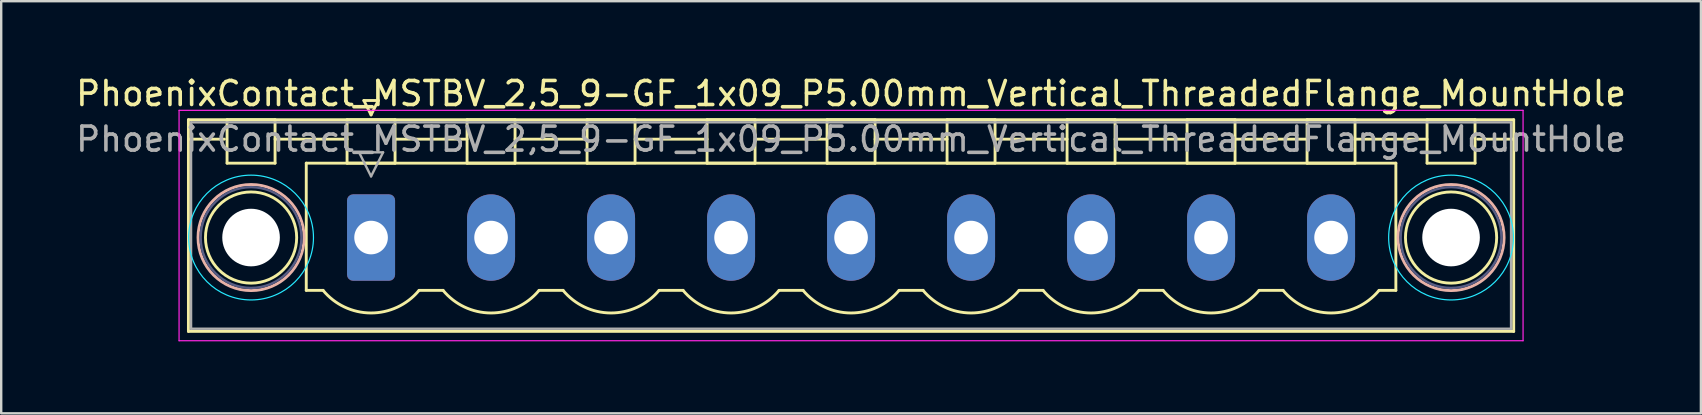
<source format=kicad_pcb>
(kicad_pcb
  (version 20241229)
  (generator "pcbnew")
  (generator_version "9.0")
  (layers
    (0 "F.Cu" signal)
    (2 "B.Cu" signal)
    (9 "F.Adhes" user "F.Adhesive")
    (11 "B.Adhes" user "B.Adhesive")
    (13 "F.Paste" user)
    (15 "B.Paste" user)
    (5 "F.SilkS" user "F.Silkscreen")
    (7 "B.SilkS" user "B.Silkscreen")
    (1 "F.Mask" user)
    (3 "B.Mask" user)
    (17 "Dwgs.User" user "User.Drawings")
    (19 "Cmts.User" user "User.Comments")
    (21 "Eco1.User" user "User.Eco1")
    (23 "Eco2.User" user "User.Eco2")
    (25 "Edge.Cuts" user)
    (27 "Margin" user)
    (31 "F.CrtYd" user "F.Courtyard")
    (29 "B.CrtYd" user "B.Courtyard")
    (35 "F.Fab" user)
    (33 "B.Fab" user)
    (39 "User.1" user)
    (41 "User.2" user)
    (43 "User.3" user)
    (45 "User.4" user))
  (footprint "PhoenixContact_MSTBV_2,5_9-GF_1x09_P5.00mm_Vertical_ThreadedFlange_MountHole"
    (layer "F.Cu")
    (at 12.411 6.848)
    (property "Reference" "PhoenixContact_MSTBV_2,5_9-GF_1x09_P5.00mm_Vertical_ThreadedFlange_MountHole" (at 20 -6 0) (layer "F.SilkS") (effects (font (size 1 1) (thickness 0.15))))
    (attr through_hole)
    (fp_line (start -7.61 -4.91) (end -7.61 3.91) (stroke (width 0.12) (type solid)) (layer "F.SilkS"))
    (fp_line (start -7.61 -4.1) (end -6.11 -4.1) (stroke (width 0.12) (type solid)) (layer "F.SilkS"))
    (fp_line (start -7.61 3.91) (end 47.61 3.91) (stroke (width 0.12) (type solid)) (layer "F.SilkS"))
    (fp_line (start -6 -4.91) (end -4 -4.91) (stroke (width 0.12) (type solid)) (layer "F.SilkS"))
    (fp_line (start -6 -3.1) (end -6 -4.91) (stroke (width 0.12) (type solid)) (layer "F.SilkS"))
    (fp_line (start -4 -4.91) (end -4 -3.1) (stroke (width 0.12) (type solid)) (layer "F.SilkS"))
    (fp_line (start -4 -4.1) (end -1 -4.1) (stroke (width 0.12) (type solid)) (layer "F.SilkS"))
    (fp_line (start -4 -3.1) (end -6 -3.1) (stroke (width 0.12) (type solid)) (layer "F.SilkS"))
    (fp_line (start -2.7 -3.1) (end 42.7 -3.1) (stroke (width 0.12) (type solid)) (layer "F.SilkS"))
    (fp_line (start -2.7 2.2) (end -2.7 -3.1) (stroke (width 0.12) (type solid)) (layer "F.SilkS"))
    (fp_line (start -2 2.2) (end -2.7 2.2) (stroke (width 0.12) (type solid)) (layer "F.SilkS"))
    (fp_line (start -1 -4.91) (end 1 -4.91) (stroke (width 0.12) (type solid)) (layer "F.SilkS"))
    (fp_line (start -1 -3.1) (end -1 -4.91) (stroke (width 0.12) (type solid)) (layer "F.SilkS"))
    (fp_line (start -0.3 -5.71) (end 0.3 -5.71) (stroke (width 0.12) (type solid)) (layer "F.SilkS"))
    (fp_line (start 0 -5.11) (end -0.3 -5.71) (stroke (width 0.12) (type solid)) (layer "F.SilkS"))
    (fp_line (start 0.3 -5.71) (end 0 -5.11) (stroke (width 0.12) (type solid)) (layer "F.SilkS"))
    (fp_line (start 1 -4.91) (end 1 -3.1) (stroke (width 0.12) (type solid)) (layer "F.SilkS"))
    (fp_line (start 1 -4.1) (end 4 -4.1) (stroke (width 0.12) (type solid)) (layer "F.SilkS"))
    (fp_line (start 1 -3.1) (end -1 -3.1) (stroke (width 0.12) (type solid)) (layer "F.SilkS"))
    (fp_line (start 2 2.2) (end 3 2.2) (stroke (width 0.12) (type solid)) (layer "F.SilkS"))
    (fp_line (start 4 -4.91) (end 6 -4.91) (stroke (width 0.12) (type solid)) (layer "F.SilkS"))
    (fp_line (start 4 -3.1) (end 4 -4.91) (stroke (width 0.12) (type solid)) (layer "F.SilkS"))
    (fp_line (start 6 -4.91) (end 6 -3.1) (stroke (width 0.12) (type solid)) (layer "F.SilkS"))
    (fp_line (start 6 -4.1) (end 9 -4.1) (stroke (width 0.12) (type solid)) (layer "F.SilkS"))
    (fp_line (start 6 -3.1) (end 4 -3.1) (stroke (width 0.12) (type solid)) (layer "F.SilkS"))
    (fp_line (start 7 2.2) (end 8 2.2) (stroke (width 0.12) (type solid)) (layer "F.SilkS"))
    (fp_line (start 9 -4.91) (end 11 -4.91) (stroke (width 0.12) (type solid)) (layer "F.SilkS"))
    (fp_line (start 9 -3.1) (end 9 -4.91) (stroke (width 0.12) (type solid)) (layer "F.SilkS"))
    (fp_line (start 11 -4.91) (end 11 -3.1) (stroke (width 0.12) (type solid)) (layer "F.SilkS"))
    (fp_line (start 11 -4.1) (end 14 -4.1) (stroke (width 0.12) (type solid)) (layer "F.SilkS"))
    (fp_line (start 11 -3.1) (end 9 -3.1) (stroke (width 0.12) (type solid)) (layer "F.SilkS"))
    (fp_line (start 12 2.2) (end 13 2.2) (stroke (width 0.12) (type solid)) (layer "F.SilkS"))
    (fp_line (start 14 -4.91) (end 16 -4.91) (stroke (width 0.12) (type solid)) (layer "F.SilkS"))
    (fp_line (start 14 -3.1) (end 14 -4.91) (stroke (width 0.12) (type solid)) (layer "F.SilkS"))
    (fp_line (start 16 -4.91) (end 16 -3.1) (stroke (width 0.12) (type solid)) (layer "F.SilkS"))
    (fp_line (start 16 -4.1) (end 19 -4.1) (stroke (width 0.12) (type solid)) (layer "F.SilkS"))
    (fp_line (start 16 -3.1) (end 14 -3.1) (stroke (width 0.12) (type solid)) (layer "F.SilkS"))
    (fp_line (start 17 2.2) (end 18 2.2) (stroke (width 0.12) (type solid)) (layer "F.SilkS"))
    (fp_line (start 19 -4.91) (end 21 -4.91) (stroke (width 0.12) (type solid)) (layer "F.SilkS"))
    (fp_line (start 19 -3.1) (end 19 -4.91) (stroke (width 0.12) (type solid)) (layer "F.SilkS"))
    (fp_line (start 21 -4.91) (end 21 -3.1) (stroke (width 0.12) (type solid)) (layer "F.SilkS"))
    (fp_line (start 21 -4.1) (end 24 -4.1) (stroke (width 0.12) (type solid)) (layer "F.SilkS"))
    (fp_line (start 21 -3.1) (end 19 -3.1) (stroke (width 0.12) (type solid)) (layer "F.SilkS"))
    (fp_line (start 22 2.2) (end 23 2.2) (stroke (width 0.12) (type solid)) (layer "F.SilkS"))
    (fp_line (start 24 -4.91) (end 26 -4.91) (stroke (width 0.12) (type solid)) (layer "F.SilkS"))
    (fp_line (start 24 -3.1) (end 24 -4.91) (stroke (width 0.12) (type solid)) (layer "F.SilkS"))
    (fp_line (start 26 -4.91) (end 26 -3.1) (stroke (width 0.12) (type solid)) (layer "F.SilkS"))
    (fp_line (start 26 -4.1) (end 29 -4.1) (stroke (width 0.12) (type solid)) (layer "F.SilkS"))
    (fp_line (start 26 -3.1) (end 24 -3.1) (stroke (width 0.12) (type solid)) (layer "F.SilkS"))
    (fp_line (start 27 2.2) (end 28 2.2) (stroke (width 0.12) (type solid)) (layer "F.SilkS"))
    (fp_line (start 29 -4.91) (end 31 -4.91) (stroke (width 0.12) (type solid)) (layer "F.SilkS"))
    (fp_line (start 29 -3.1) (end 29 -4.91) (stroke (width 0.12) (type solid)) (layer "F.SilkS"))
    (fp_line (start 31 -4.91) (end 31 -3.1) (stroke (width 0.12) (type solid)) (layer "F.SilkS"))
    (fp_line (start 31 -4.1) (end 34 -4.1) (stroke (width 0.12) (type solid)) (layer "F.SilkS"))
    (fp_line (start 31 -3.1) (end 29 -3.1) (stroke (width 0.12) (type solid)) (layer "F.SilkS"))
    (fp_line (start 32 2.2) (end 33 2.2) (stroke (width 0.12) (type solid)) (layer "F.SilkS"))
    (fp_line (start 34 -4.91) (end 36 -4.91) (stroke (width 0.12) (type solid)) (layer "F.SilkS"))
    (fp_line (start 34 -3.1) (end 34 -4.91) (stroke (width 0.12) (type solid)) (layer "F.SilkS"))
    (fp_line (start 36 -4.91) (end 36 -3.1) (stroke (width 0.12) (type solid)) (layer "F.SilkS"))
    (fp_line (start 36 -4.1) (end 39 -4.1) (stroke (width 0.12) (type solid)) (layer "F.SilkS"))
    (fp_line (start 36 -3.1) (end 34 -3.1) (stroke (width 0.12) (type solid)) (layer "F.SilkS"))
    (fp_line (start 37 2.2) (end 38 2.2) (stroke (width 0.12) (type solid)) (layer "F.SilkS"))
    (fp_line (start 39 -4.91) (end 41 -4.91) (stroke (width 0.12) (type solid)) (layer "F.SilkS"))
    (fp_line (start 39 -3.1) (end 39 -4.91) (stroke (width 0.12) (type solid)) (layer "F.SilkS"))
    (fp_line (start 41 -4.91) (end 41 -3.1) (stroke (width 0.12) (type solid)) (layer "F.SilkS"))
    (fp_line (start 41 -4.1) (end 44 -4.1) (stroke (width 0.12) (type solid)) (layer "F.SilkS"))
    (fp_line (start 41 -3.1) (end 39 -3.1) (stroke (width 0.12) (type solid)) (layer "F.SilkS"))
    (fp_line (start 42.7 -3.1) (end 42.7 2.2) (stroke (width 0.12) (type solid)) (layer "F.SilkS"))
    (fp_line (start 42.7 2.2) (end 42 2.2) (stroke (width 0.12) (type solid)) (layer "F.SilkS"))
    (fp_line (start 44 -4.91) (end 46 -4.91) (stroke (width 0.12) (type solid)) (layer "F.SilkS"))
    (fp_line (start 44 -3.1) (end 44 -4.91) (stroke (width 0.12) (type solid)) (layer "F.SilkS"))
    (fp_line (start 46 -4.91) (end 46 -3.1) (stroke (width 0.12) (type solid)) (layer "F.SilkS"))
    (fp_line (start 46 -3.1) (end 44 -3.1) (stroke (width 0.12) (type solid)) (layer "F.SilkS"))
    (fp_line (start 47.61 -4.91) (end -7.61 -4.91) (stroke (width 0.12) (type solid)) (layer "F.SilkS"))
    (fp_line (start 47.61 -4.1) (end 46.11 -4.1) (stroke (width 0.12) (type solid)) (layer "F.SilkS"))
    (fp_line (start 47.61 3.91) (end 47.61 -4.91) (stroke (width 0.12) (type solid)) (layer "F.SilkS"))
    (fp_arc (start 1.986842 2.215821) (mid -0.010289 3.142758) (end -2 2.2) (stroke (width 0.12) (type solid)) (layer "F.SilkS"))
    (fp_arc (start 6.986842 2.215821) (mid 4.989711 3.142758) (end 3 2.2) (stroke (width 0.12) (type solid)) (layer "F.SilkS"))
    (fp_arc (start 11.986842 2.215821) (mid 9.989711 3.142758) (end 8 2.2) (stroke (width 0.12) (type solid)) (layer "F.SilkS"))
    (fp_arc (start 16.986842 2.215821) (mid 14.989711 3.142758) (end 13 2.2) (stroke (width 0.12) (type solid)) (layer "F.SilkS"))
    (fp_arc (start 21.986842 2.215821) (mid 19.989711 3.142758) (end 18 2.2) (stroke (width 0.12) (type solid)) (layer "F.SilkS"))
    (fp_arc (start 26.986842 2.215821) (mid 24.989711 3.142758) (end 23 2.2) (stroke (width 0.12) (type solid)) (layer "F.SilkS"))
    (fp_arc (start 31.986842 2.215821) (mid 29.989711 3.142758) (end 28 2.2) (stroke (width 0.12) (type solid)) (layer "F.SilkS"))
    (fp_arc (start 36.986842 2.215821) (mid 34.989711 3.142758) (end 33 2.2) (stroke (width 0.12) (type solid)) (layer "F.SilkS"))
    (fp_arc (start 41.986842 2.215821) (mid 39.989711 3.142758) (end 38 2.2) (stroke (width 0.12) (type solid)) (layer "F.SilkS"))
    (fp_circle (center -5 0) (end -3.1 0) (stroke (width 0.12) (type solid)) (fill no) (layer "F.SilkS"))
    (fp_circle (center 45 0) (end 46.9 0) (stroke (width 0.12) (type solid)) (fill no) (layer "F.SilkS"))
    (fp_circle (center -5 0) (end -2.79 0) (stroke (width 0.12) (type solid)) (fill no) (layer "B.SilkS"))
    (fp_circle (center 45 0) (end 47.21 0) (stroke (width 0.12) (type solid)) (fill no) (layer "B.SilkS"))
    (fp_circle (center -5 0) (end -2.4 0) (stroke (width 0.05) (type solid)) (fill no) (layer "B.CrtYd"))
    (fp_circle (center 45 0) (end 47.6 0) (stroke (width 0.05) (type solid)) (fill no) (layer "B.CrtYd"))
    (fp_line (start -8 -5.3) (end -8 4.3) (stroke (width 0.05) (type solid)) (layer "F.CrtYd"))
    (fp_line (start -8 4.3) (end 48 4.3) (stroke (width 0.05) (type solid)) (layer "F.CrtYd"))
    (fp_line (start 48 -5.3) (end -8 -5.3) (stroke (width 0.05) (type solid)) (layer "F.CrtYd"))
    (fp_line (start 48 4.3) (end 48 -5.3) (stroke (width 0.05) (type solid)) (layer "F.CrtYd"))
    (fp_circle (center -5 0) (end -2.9 0) (stroke (width 0.1) (type solid)) (fill no) (layer "B.Fab"))
    (fp_circle (center 45 0) (end 47.1 0) (stroke (width 0.1) (type solid)) (fill no) (layer "B.Fab"))
    (fp_line (start -7.5 -4.8) (end -7.5 3.8) (stroke (width 0.1) (type solid)) (layer "F.Fab"))
    (fp_line (start -7.5 3.8) (end 47.5 3.8) (stroke (width 0.1) (type solid)) (layer "F.Fab"))
    (fp_line (start -0.5 -3.55) (end 0.5 -3.55) (stroke (width 0.1) (type solid)) (layer "F.Fab"))
    (fp_line (start 0 -2.55) (end -0.5 -3.55) (stroke (width 0.1) (type solid)) (layer "F.Fab"))
    (fp_line (start 0.5 -3.55) (end 0 -2.55) (stroke (width 0.1) (type solid)) (layer "F.Fab"))
    (fp_line (start 47.5 -4.8) (end -7.5 -4.8) (stroke (width 0.1) (type solid)) (layer "F.Fab"))
    (fp_line (start 47.5 3.8) (end 47.5 -4.8) (stroke (width 0.1) (type solid)) (layer "F.Fab"))
    (fp_text user "${REFERENCE}" (at 20 -4.1 0) (layer "F.Fab") (effects (font (size 1 1) (thickness 0.15))))
    (pad "" np_thru_hole circle (at -5 0) (size 2.4 2.4) (drill 2.4) (layers "*.Cu" "*.Mask"))
    (pad "" np_thru_hole circle (at 45 0) (size 2.4 2.4) (drill 2.4) (layers "*.Cu" "*.Mask"))
    (pad "1" thru_hole roundrect (at 0 0) (size 2 3.6) (drill 1.4) (layers "*.Cu" "*.Mask") (roundrect_rratio 0.125))
    (pad "2" thru_hole oval (at 5 0) (size 2 3.6) (drill 1.4) (layers "*.Cu" "*.Mask"))
    (pad "3" thru_hole oval (at 10 0) (size 2 3.6) (drill 1.4) (layers "*.Cu" "*.Mask"))
    (pad "4" thru_hole oval (at 15 0) (size 2 3.6) (drill 1.4) (layers "*.Cu" "*.Mask"))
    (pad "5" thru_hole oval (at 20 0) (size 2 3.6) (drill 1.4) (layers "*.Cu" "*.Mask"))
    (pad "6" thru_hole oval (at 25 0) (size 2 3.6) (drill 1.4) (layers "*.Cu" "*.Mask"))
    (pad "7" thru_hole oval (at 30 0) (size 2 3.6) (drill 1.4) (layers "*.Cu" "*.Mask"))
    (pad "8" thru_hole oval (at 35 0) (size 2 3.6) (drill 1.4) (layers "*.Cu" "*.Mask"))
    (pad "9" thru_hole oval (at 40 0) (size 2 3.6) (drill 1.4) (layers "*.Cu" "*.Mask")))
  (gr_rect
    (start -3 -3)
    (end 67.821 14.173)
    (stroke (width 0.1) (type default))
    (fill no)
    (layer "Edge.Cuts")))
</source>
